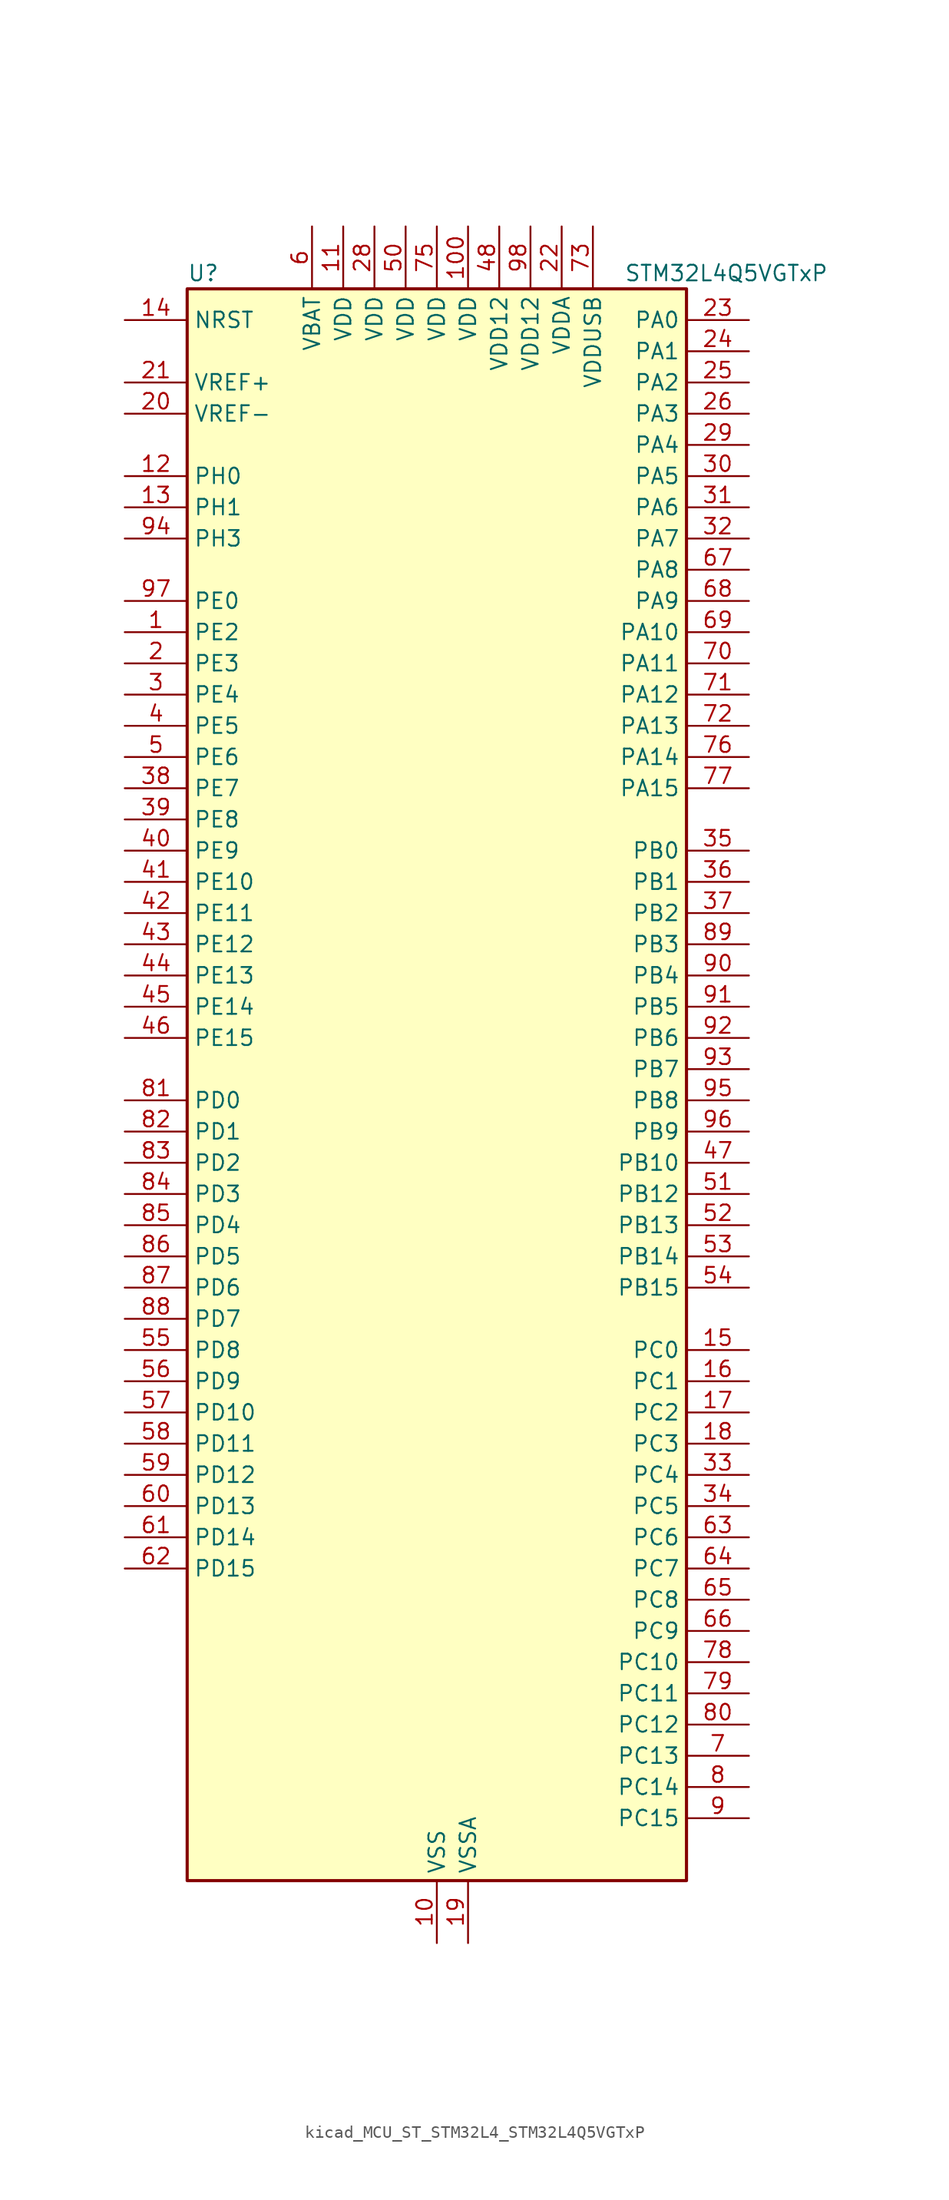
<source format=kicad_sym>
(kicad_symbol_lib
  (version 20220914)
  (generator kicad_symbol_editor)
  (symbol "kicad_MCU_ST_STM32L4_STM32L4Q5VGTxP"
    (property "Reference" "U"
      (at -20.32 67.31 0)
      (effects (font (size 1.27 1.27)) (justify left)))
    (property "Value" "STM32L4Q5VGTxP"
      (at 15.24 67.31 0)
      (effects (font (size 1.27 1.27)) (justify left)))
    (property "ki_locked" ""
      (at 0 0 0)
      (effects (font (size 1.27 1.27))))
    (symbol "kicad_MCU_ST_STM32L4_STM32L4Q5VGTxP_0_1"
      (rectangle (start -20.32 -63.5) (end 20.32 66.04) (stroke (width 0.254) (type default)) (fill (type background))))
    (symbol "kicad_MCU_ST_STM32L4_STM32L4Q5VGTxP_1_1"
      (pin bidirectional line (at -25.4 38.1 0) (length 5.08) (name "PE2" (effects (font (size 1.27 1.27)))) (number "1" (effects (font (size 1.27 1.27)))) (alternate "FMC_A23" bidirectional line) (alternate "LTDC_R7" bidirectional line) (alternate "SAI1_CK1" bidirectional line) (alternate "SAI1_MCLK_A" bidirectional line) (alternate "SYS_TRACECLK" bidirectional line) (alternate "TIM3_ETR" bidirectional line) (alternate "TSC_G7_IO1" bidirectional line))
      (pin power_in line (at 0 -68.58 90) (length 5.08) (name "VSS" (effects (font (size 1.27 1.27)))) (number "10" (effects (font (size 1.27 1.27)))))
      (pin power_in line (at 2.54 71.12 270) (length 5.08) (name "VDD" (effects (font (size 1.27 1.27)))) (number "100" (effects (font (size 1.27 1.27)))))
      (pin power_in line (at -7.62 71.12 270) (length 5.08) (name "VDD" (effects (font (size 1.27 1.27)))) (number "11" (effects (font (size 1.27 1.27)))))
      (pin bidirectional line (at -25.4 50.8 0) (length 5.08) (name "PH0" (effects (font (size 1.27 1.27)))) (number "12" (effects (font (size 1.27 1.27)))) (alternate "RCC_OSC_IN" bidirectional line))
      (pin bidirectional line (at -25.4 48.26 0) (length 5.08) (name "PH1" (effects (font (size 1.27 1.27)))) (number "13" (effects (font (size 1.27 1.27)))) (alternate "RCC_OSC_OUT" bidirectional line))
      (pin input line (at -25.4 63.5 0) (length 5.08) (name "NRST" (effects (font (size 1.27 1.27)))) (number "14" (effects (font (size 1.27 1.27)))))
      (pin bidirectional line (at 25.4 -20.32 180) (length 5.08) (name "PC0" (effects (font (size 1.27 1.27)))) (number "15" (effects (font (size 1.27 1.27)))) (alternate "ADC1_IN1" bidirectional line) (alternate "ADC2_IN1" bidirectional line) (alternate "I2C3_SCL" bidirectional line) (alternate "LPTIM1_IN1" bidirectional line) (alternate "LPTIM2_IN1" bidirectional line) (alternate "LPUART1_RX" bidirectional line) (alternate "LTDC_DE" bidirectional line) (alternate "SAI2_FS_A" bidirectional line) (alternate "SDMMC1_CMD" bidirectional line) (alternate "SDMMC2_CKIN" bidirectional line))
      (pin bidirectional line (at 25.4 -22.86 180) (length 5.08) (name "PC1" (effects (font (size 1.27 1.27)))) (number "16" (effects (font (size 1.27 1.27)))) (alternate "ADC1_IN2" bidirectional line) (alternate "ADC2_IN2" bidirectional line) (alternate "I2C3_SDA" bidirectional line) (alternate "LPTIM1_OUT" bidirectional line) (alternate "LPUART1_TX" bidirectional line) (alternate "OCTOSPIM_P1_IO4" bidirectional line) (alternate "SAI1_SD_A" bidirectional line) (alternate "SPI2_MOSI" bidirectional line) (alternate "SYS_TRACED0" bidirectional line))
      (pin bidirectional line (at 25.4 -25.4 180) (length 5.08) (name "PC2" (effects (font (size 1.27 1.27)))) (number "17" (effects (font (size 1.27 1.27)))) (alternate "ADC1_IN3" bidirectional line) (alternate "ADC2_IN3" bidirectional line) (alternate "DFSDM1_CKOUT" bidirectional line) (alternate "LPTIM1_IN2" bidirectional line) (alternate "LTDC_HSYNC" bidirectional line) (alternate "OCTOSPIM_P1_IO5" bidirectional line) (alternate "SPI2_MISO" bidirectional line))
      (pin bidirectional line (at 25.4 -27.94 180) (length 5.08) (name "PC3" (effects (font (size 1.27 1.27)))) (number "18" (effects (font (size 1.27 1.27)))) (alternate "ADC1_IN4" bidirectional line) (alternate "ADC2_IN4" bidirectional line) (alternate "LPTIM1_ETR" bidirectional line) (alternate "LPTIM2_ETR" bidirectional line) (alternate "OCTOSPIM_P1_IO6" bidirectional line) (alternate "SAI1_D1" bidirectional line) (alternate "SAI1_SD_A" bidirectional line) (alternate "SPI2_MOSI" bidirectional line))
      (pin power_in line (at 2.54 -68.58 90) (length 5.08) (name "VSSA" (effects (font (size 1.27 1.27)))) (number "19" (effects (font (size 1.27 1.27)))))
      (pin bidirectional line (at -25.4 35.56 0) (length 5.08) (name "PE3" (effects (font (size 1.27 1.27)))) (number "2" (effects (font (size 1.27 1.27)))) (alternate "FMC_A19" bidirectional line) (alternate "LTDC_R6" bidirectional line) (alternate "OCTOSPIM_P1_DQS" bidirectional line) (alternate "SAI1_SD_B" bidirectional line) (alternate "SYS_TRACED0" bidirectional line) (alternate "TIM3_CH1" bidirectional line) (alternate "TSC_G7_IO2" bidirectional line))
      (pin input line (at -25.4 55.88 0) (length 5.08) (name "VREF-" (effects (font (size 1.27 1.27)))) (number "20" (effects (font (size 1.27 1.27)))))
      (pin input line (at -25.4 58.42 0) (length 5.08) (name "VREF+" (effects (font (size 1.27 1.27)))) (number "21" (effects (font (size 1.27 1.27)))) (alternate "VREFBUF_OUT" bidirectional line))
      (pin power_in line (at 10.16 71.12 270) (length 5.08) (name "VDDA" (effects (font (size 1.27 1.27)))) (number "22" (effects (font (size 1.27 1.27)))))
      (pin bidirectional line (at 25.4 63.5 180) (length 5.08) (name "PA0" (effects (font (size 1.27 1.27)))) (number "23" (effects (font (size 1.27 1.27)))) (alternate "ADC1_IN5" bidirectional line) (alternate "ADC2_IN5" bidirectional line) (alternate "OPAMP1_VINP" bidirectional line) (alternate "RTC_TAMP2" bidirectional line) (alternate "SAI1_EXTCLK" bidirectional line) (alternate "SYS_WKUP1" bidirectional line) (alternate "TIM2_CH1" bidirectional line) (alternate "TIM2_ETR" bidirectional line) (alternate "TIM5_CH1" bidirectional line) (alternate "TIM8_ETR" bidirectional line) (alternate "UART4_TX" bidirectional line) (alternate "USART2_CTS" bidirectional line) (alternate "USART2_NSS" bidirectional line))
      (pin bidirectional line (at 25.4 60.96 180) (length 5.08) (name "PA1" (effects (font (size 1.27 1.27)))) (number "24" (effects (font (size 1.27 1.27)))) (alternate "ADC1_IN6" bidirectional line) (alternate "ADC2_IN6" bidirectional line) (alternate "I2C1_SMBA" bidirectional line) (alternate "OCTOSPIM_P1_DQS" bidirectional line) (alternate "OPAMP1_VINM" bidirectional line) (alternate "SDMMC2_CMD" bidirectional line) (alternate "SPI1_SCK" bidirectional line) (alternate "TIM15_CH1N" bidirectional line) (alternate "TIM2_CH2" bidirectional line) (alternate "TIM5_CH2" bidirectional line) (alternate "UART4_RX" bidirectional line) (alternate "USART2_DE" bidirectional line) (alternate "USART2_RTS" bidirectional line))
      (pin bidirectional line (at 25.4 58.42 180) (length 5.08) (name "PA2" (effects (font (size 1.27 1.27)))) (number "25" (effects (font (size 1.27 1.27)))) (alternate "ADC1_IN7" bidirectional line) (alternate "ADC2_IN7" bidirectional line) (alternate "LPUART1_TX" bidirectional line) (alternate "OCTOSPIM_P1_NCS" bidirectional line) (alternate "RCC_LSCO" bidirectional line) (alternate "SAI2_EXTCLK" bidirectional line) (alternate "SYS_WKUP4" bidirectional line) (alternate "TIM15_CH1" bidirectional line) (alternate "TIM2_CH3" bidirectional line) (alternate "TIM5_CH3" bidirectional line) (alternate "USART2_TX" bidirectional line))
      (pin bidirectional line (at 25.4 55.88 180) (length 5.08) (name "PA3" (effects (font (size 1.27 1.27)))) (number "26" (effects (font (size 1.27 1.27)))) (alternate "ADC1_IN8" bidirectional line) (alternate "ADC2_IN8" bidirectional line) (alternate "LPUART1_RX" bidirectional line) (alternate "OCTOSPIM_P1_CLK" bidirectional line) (alternate "OPAMP1_VOUT" bidirectional line) (alternate "SAI1_CK1" bidirectional line) (alternate "SAI1_MCLK_A" bidirectional line) (alternate "TIM15_CH2" bidirectional line) (alternate "TIM2_CH4" bidirectional line) (alternate "TIM5_CH4" bidirectional line) (alternate "USART2_RX" bidirectional line))
      (pin passive line (at 0 -68.58 90) (length 5.08) hide (name "VSS" (effects (font (size 1.27 1.27)))) (number "27" (effects (font (size 1.27 1.27)))))
      (pin power_in line (at -5.08 71.12 270) (length 5.08) (name "VDD" (effects (font (size 1.27 1.27)))) (number "28" (effects (font (size 1.27 1.27)))))
      (pin bidirectional line (at 25.4 53.34 180) (length 5.08) (name "PA4" (effects (font (size 1.27 1.27)))) (number "29" (effects (font (size 1.27 1.27)))) (alternate "ADC1_IN9" bidirectional line) (alternate "ADC2_IN9" bidirectional line) (alternate "DAC1_OUT1" bidirectional line) (alternate "DCMI_HSYNC" bidirectional line) (alternate "LPTIM2_OUT" bidirectional line) (alternate "LTDC_CLK" bidirectional line) (alternate "OCTOSPIM_P1_NCS" bidirectional line) (alternate "PSSI_DE" bidirectional line) (alternate "SAI1_FS_B" bidirectional line) (alternate "SPI1_NSS" bidirectional line) (alternate "SPI3_NSS" bidirectional line) (alternate "USART2_CK" bidirectional line))
      (pin bidirectional line (at -25.4 33.02 0) (length 5.08) (name "PE4" (effects (font (size 1.27 1.27)))) (number "3" (effects (font (size 1.27 1.27)))) (alternate "DCMI_D4" bidirectional line) (alternate "DFSDM1_DATIN3" bidirectional line) (alternate "FMC_A20" bidirectional line) (alternate "LTDC_B7" bidirectional line) (alternate "PSSI_D4" bidirectional line) (alternate "SAI1_D2" bidirectional line) (alternate "SAI1_FS_A" bidirectional line) (alternate "SYS_TRACED1" bidirectional line) (alternate "TIM3_CH2" bidirectional line) (alternate "TSC_G7_IO3" bidirectional line))
      (pin bidirectional line (at 25.4 50.8 180) (length 5.08) (name "PA5" (effects (font (size 1.27 1.27)))) (number "30" (effects (font (size 1.27 1.27)))) (alternate "ADC1_IN10" bidirectional line) (alternate "ADC2_IN10" bidirectional line) (alternate "DAC1_OUT2" bidirectional line) (alternate "LPTIM2_ETR" bidirectional line) (alternate "LTDC_R7" bidirectional line) (alternate "PSSI_D14" bidirectional line) (alternate "SPI1_SCK" bidirectional line) (alternate "TIM2_CH1" bidirectional line) (alternate "TIM2_ETR" bidirectional line) (alternate "TIM8_CH1N" bidirectional line))
      (pin bidirectional line (at 25.4 48.26 180) (length 5.08) (name "PA6" (effects (font (size 1.27 1.27)))) (number "31" (effects (font (size 1.27 1.27)))) (alternate "ADC1_IN11" bidirectional line) (alternate "ADC2_IN11" bidirectional line) (alternate "DCMI_PIXCLK" bidirectional line) (alternate "LPUART1_CTS" bidirectional line) (alternate "OCTOSPIM_P1_IO3" bidirectional line) (alternate "OPAMP2_VINP" bidirectional line) (alternate "PSSI_PDCK" bidirectional line) (alternate "SPI1_MISO" bidirectional line) (alternate "TIM16_CH1" bidirectional line) (alternate "TIM1_BKIN" bidirectional line) (alternate "TIM3_CH1" bidirectional line) (alternate "TIM8_BKIN" bidirectional line) (alternate "USART3_CTS" bidirectional line) (alternate "USART3_NSS" bidirectional line))
      (pin bidirectional line (at 25.4 45.72 180) (length 5.08) (name "PA7" (effects (font (size 1.27 1.27)))) (number "32" (effects (font (size 1.27 1.27)))) (alternate "ADC1_IN12" bidirectional line) (alternate "ADC2_IN12" bidirectional line) (alternate "I2C3_SCL" bidirectional line) (alternate "OCTOSPIM_P1_IO2" bidirectional line) (alternate "OPAMP2_VINM" bidirectional line) (alternate "SPI1_MOSI" bidirectional line) (alternate "TIM17_CH1" bidirectional line) (alternate "TIM1_CH1N" bidirectional line) (alternate "TIM3_CH2" bidirectional line) (alternate "TIM8_CH1N" bidirectional line))
      (pin bidirectional line (at 25.4 -30.48 180) (length 5.08) (name "PC4" (effects (font (size 1.27 1.27)))) (number "33" (effects (font (size 1.27 1.27)))) (alternate "ADC1_IN13" bidirectional line) (alternate "ADC2_IN13" bidirectional line) (alternate "COMP1_INM" bidirectional line) (alternate "OCTOSPIM_P1_IO7" bidirectional line) (alternate "OCTOSPIM_P2_NCS" bidirectional line) (alternate "USART3_TX" bidirectional line))
      (pin bidirectional line (at 25.4 -33.02 180) (length 5.08) (name "PC5" (effects (font (size 1.27 1.27)))) (number "34" (effects (font (size 1.27 1.27)))) (alternate "ADC1_IN14" bidirectional line) (alternate "ADC2_IN14" bidirectional line) (alternate "COMP1_INP" bidirectional line) (alternate "LTDC_CLK" bidirectional line) (alternate "PSSI_D15" bidirectional line) (alternate "SAI1_D3" bidirectional line) (alternate "SYS_WKUP5" bidirectional line) (alternate "USART3_RX" bidirectional line))
      (pin bidirectional line (at 25.4 20.32 180) (length 5.08) (name "PB0" (effects (font (size 1.27 1.27)))) (number "35" (effects (font (size 1.27 1.27)))) (alternate "ADC1_IN15" bidirectional line) (alternate "ADC2_IN15" bidirectional line) (alternate "COMP1_OUT" bidirectional line) (alternate "LTDC_B6" bidirectional line) (alternate "OCTOSPIM_P1_IO1" bidirectional line) (alternate "OPAMP2_VOUT" bidirectional line) (alternate "SAI1_EXTCLK" bidirectional line) (alternate "SPI1_NSS" bidirectional line) (alternate "TIM1_CH2N" bidirectional line) (alternate "TIM3_CH3" bidirectional line) (alternate "TIM8_CH2N" bidirectional line) (alternate "USART3_CK" bidirectional line))
      (pin bidirectional line (at 25.4 17.78 180) (length 5.08) (name "PB1" (effects (font (size 1.27 1.27)))) (number "36" (effects (font (size 1.27 1.27)))) (alternate "ADC1_IN16" bidirectional line) (alternate "ADC2_IN16" bidirectional line) (alternate "COMP1_INM" bidirectional line) (alternate "DFSDM1_DATIN0" bidirectional line) (alternate "LPTIM2_IN1" bidirectional line) (alternate "LPUART1_DE" bidirectional line) (alternate "LPUART1_RTS" bidirectional line) (alternate "LTDC_G6" bidirectional line) (alternate "OCTOSPIM_P1_IO0" bidirectional line) (alternate "TIM1_CH3N" bidirectional line) (alternate "TIM3_CH4" bidirectional line) (alternate "TIM8_CH3N" bidirectional line) (alternate "USART3_DE" bidirectional line) (alternate "USART3_RTS" bidirectional line))
      (pin bidirectional line (at 25.4 15.24 180) (length 5.08) (name "PB2" (effects (font (size 1.27 1.27)))) (number "37" (effects (font (size 1.27 1.27)))) (alternate "COMP1_INP" bidirectional line) (alternate "DFSDM1_CKIN0" bidirectional line) (alternate "I2C3_SMBA" bidirectional line) (alternate "LPTIM1_OUT" bidirectional line) (alternate "OCTOSPIM_P1_DQS" bidirectional line) (alternate "RTC_OUT2" bidirectional line))
      (pin bidirectional line (at -25.4 25.4 0) (length 5.08) (name "PE7" (effects (font (size 1.27 1.27)))) (number "38" (effects (font (size 1.27 1.27)))) (alternate "DFSDM1_DATIN2" bidirectional line) (alternate "FMC_D4" bidirectional line) (alternate "FMC_DA4" bidirectional line) (alternate "LTDC_B6" bidirectional line) (alternate "SAI1_SD_B" bidirectional line) (alternate "TIM1_ETR" bidirectional line))
      (pin bidirectional line (at -25.4 22.86 0) (length 5.08) (name "PE8" (effects (font (size 1.27 1.27)))) (number "39" (effects (font (size 1.27 1.27)))) (alternate "DFSDM1_CKIN2" bidirectional line) (alternate "FMC_D5" bidirectional line) (alternate "FMC_DA5" bidirectional line) (alternate "LTDC_B7" bidirectional line) (alternate "SAI1_SCK_B" bidirectional line) (alternate "TIM1_CH1N" bidirectional line))
      (pin bidirectional line (at -25.4 30.48 0) (length 5.08) (name "PE5" (effects (font (size 1.27 1.27)))) (number "4" (effects (font (size 1.27 1.27)))) (alternate "DCMI_D6" bidirectional line) (alternate "DFSDM1_CKIN3" bidirectional line) (alternate "FMC_A21" bidirectional line) (alternate "LTDC_G7" bidirectional line) (alternate "PSSI_D6" bidirectional line) (alternate "SAI1_CK2" bidirectional line) (alternate "SAI1_SCK_A" bidirectional line) (alternate "SYS_TRACED2" bidirectional line) (alternate "TIM3_CH3" bidirectional line) (alternate "TSC_G7_IO4" bidirectional line))
      (pin bidirectional line (at -25.4 20.32 0) (length 5.08) (name "PE9" (effects (font (size 1.27 1.27)))) (number "40" (effects (font (size 1.27 1.27)))) (alternate "DAC1_EXTI9" bidirectional line) (alternate "DFSDM1_CKOUT" bidirectional line) (alternate "FMC_D6" bidirectional line) (alternate "FMC_DA6" bidirectional line) (alternate "LTDC_G2" bidirectional line) (alternate "OCTOSPIM_P1_NCLK" bidirectional line) (alternate "SAI1_FS_B" bidirectional line) (alternate "TIM1_CH1" bidirectional line))
      (pin bidirectional line (at -25.4 17.78 0) (length 5.08) (name "PE10" (effects (font (size 1.27 1.27)))) (number "41" (effects (font (size 1.27 1.27)))) (alternate "FMC_D7" bidirectional line) (alternate "FMC_DA7" bidirectional line) (alternate "LTDC_G3" bidirectional line) (alternate "OCTOSPIM_P1_CLK" bidirectional line) (alternate "SAI1_MCLK_B" bidirectional line) (alternate "TIM1_CH2N" bidirectional line) (alternate "TSC_G5_IO1" bidirectional line))
      (pin bidirectional line (at -25.4 15.24 0) (length 5.08) (name "PE11" (effects (font (size 1.27 1.27)))) (number "42" (effects (font (size 1.27 1.27)))) (alternate "ADC1_EXTI11" bidirectional line) (alternate "ADC2_EXTI11" bidirectional line) (alternate "FMC_D8" bidirectional line) (alternate "FMC_DA8" bidirectional line) (alternate "LTDC_G4" bidirectional line) (alternate "OCTOSPIM_P1_NCS" bidirectional line) (alternate "TIM1_CH2" bidirectional line) (alternate "TSC_G5_IO2" bidirectional line))
      (pin bidirectional line (at -25.4 12.7 0) (length 5.08) (name "PE12" (effects (font (size 1.27 1.27)))) (number "43" (effects (font (size 1.27 1.27)))) (alternate "FMC_D9" bidirectional line) (alternate "FMC_DA9" bidirectional line) (alternate "LTDC_G5" bidirectional line) (alternate "OCTOSPIM_P1_IO0" bidirectional line) (alternate "SPI1_NSS" bidirectional line) (alternate "TIM1_CH3N" bidirectional line) (alternate "TSC_G5_IO3" bidirectional line))
      (pin bidirectional line (at -25.4 10.16 0) (length 5.08) (name "PE13" (effects (font (size 1.27 1.27)))) (number "44" (effects (font (size 1.27 1.27)))) (alternate "FMC_D10" bidirectional line) (alternate "FMC_DA10" bidirectional line) (alternate "LTDC_G6" bidirectional line) (alternate "OCTOSPIM_P1_IO1" bidirectional line) (alternate "SPI1_SCK" bidirectional line) (alternate "TIM1_CH3" bidirectional line) (alternate "TSC_G5_IO4" bidirectional line))
      (pin bidirectional line (at -25.4 7.62 0) (length 5.08) (name "PE14" (effects (font (size 1.27 1.27)))) (number "45" (effects (font (size 1.27 1.27)))) (alternate "FMC_D11" bidirectional line) (alternate "FMC_DA11" bidirectional line) (alternate "LTDC_G7" bidirectional line) (alternate "OCTOSPIM_P1_IO2" bidirectional line) (alternate "SPI1_MISO" bidirectional line) (alternate "TIM1_BKIN2" bidirectional line) (alternate "TIM1_CH4" bidirectional line))
      (pin bidirectional line (at -25.4 5.08 0) (length 5.08) (name "PE15" (effects (font (size 1.27 1.27)))) (number "46" (effects (font (size 1.27 1.27)))) (alternate "ADC1_EXTI15" bidirectional line) (alternate "ADC2_EXTI15" bidirectional line) (alternate "FMC_D12" bidirectional line) (alternate "FMC_DA12" bidirectional line) (alternate "LTDC_R2" bidirectional line) (alternate "OCTOSPIM_P1_IO3" bidirectional line) (alternate "SPI1_MOSI" bidirectional line) (alternate "TIM1_BKIN" bidirectional line))
      (pin bidirectional line (at 25.4 -5.08 180) (length 5.08) (name "PB10" (effects (font (size 1.27 1.27)))) (number "47" (effects (font (size 1.27 1.27)))) (alternate "COMP1_OUT" bidirectional line) (alternate "I2C2_SCL" bidirectional line) (alternate "I2C4_SCL" bidirectional line) (alternate "LPUART1_RX" bidirectional line) (alternate "OCTOSPIM_P1_CLK" bidirectional line) (alternate "OCTOSPIM_P1_IO3" bidirectional line) (alternate "SAI1_SCK_A" bidirectional line) (alternate "SPI2_SCK" bidirectional line) (alternate "TIM2_CH3" bidirectional line) (alternate "TSC_SYNC" bidirectional line) (alternate "USART3_TX" bidirectional line))
      (pin power_in line (at 5.08 71.12 270) (length 5.08) (name "VDD12" (effects (font (size 1.27 1.27)))) (number "48" (effects (font (size 1.27 1.27)))))
      (pin passive line (at 0 -68.58 90) (length 5.08) hide (name "VSS" (effects (font (size 1.27 1.27)))) (number "49" (effects (font (size 1.27 1.27)))))
      (pin bidirectional line (at -25.4 27.94 0) (length 5.08) (name "PE6" (effects (font (size 1.27 1.27)))) (number "5" (effects (font (size 1.27 1.27)))) (alternate "DCMI_D7" bidirectional line) (alternate "FMC_A22" bidirectional line) (alternate "LTDC_G6" bidirectional line) (alternate "PSSI_D7" bidirectional line) (alternate "RTC_TAMP3" bidirectional line) (alternate "SAI1_D1" bidirectional line) (alternate "SAI1_SD_A" bidirectional line) (alternate "SYS_TRACED3" bidirectional line) (alternate "SYS_WKUP3" bidirectional line) (alternate "TIM3_CH4" bidirectional line))
      (pin power_in line (at -2.54 71.12 270) (length 5.08) (name "VDD" (effects (font (size 1.27 1.27)))) (number "50" (effects (font (size 1.27 1.27)))))
      (pin bidirectional line (at 25.4 -7.62 180) (length 5.08) (name "PB12" (effects (font (size 1.27 1.27)))) (number "51" (effects (font (size 1.27 1.27)))) (alternate "DFSDM1_DATIN1" bidirectional line) (alternate "I2C2_SMBA" bidirectional line) (alternate "LPUART1_DE" bidirectional line) (alternate "LPUART1_RTS" bidirectional line) (alternate "OCTOSPIM_P1_NCLK" bidirectional line) (alternate "SAI2_FS_A" bidirectional line) (alternate "SDMMC2_CK" bidirectional line) (alternate "SPI2_NSS" bidirectional line) (alternate "TIM15_BKIN" bidirectional line) (alternate "TIM1_BKIN" bidirectional line) (alternate "TSC_G1_IO1" bidirectional line) (alternate "USART3_CK" bidirectional line))
      (pin bidirectional line (at 25.4 -10.16 180) (length 5.08) (name "PB13" (effects (font (size 1.27 1.27)))) (number "52" (effects (font (size 1.27 1.27)))) (alternate "DFSDM1_CKIN1" bidirectional line) (alternate "I2C2_SCL" bidirectional line) (alternate "LPUART1_CTS" bidirectional line) (alternate "OCTOSPIM_P1_IO1" bidirectional line) (alternate "SAI2_SCK_A" bidirectional line) (alternate "SPI2_SCK" bidirectional line) (alternate "TIM15_CH1N" bidirectional line) (alternate "TIM1_CH1N" bidirectional line) (alternate "TSC_G1_IO2" bidirectional line) (alternate "USART3_CTS" bidirectional line) (alternate "USART3_NSS" bidirectional line))
      (pin bidirectional line (at 25.4 -12.7 180) (length 5.08) (name "PB14" (effects (font (size 1.27 1.27)))) (number "53" (effects (font (size 1.27 1.27)))) (alternate "DFSDM1_DATIN2" bidirectional line) (alternate "I2C2_SDA" bidirectional line) (alternate "OCTOSPIM_P1_IO6" bidirectional line) (alternate "SAI2_MCLK_A" bidirectional line) (alternate "SDMMC2_D0" bidirectional line) (alternate "SPI2_MISO" bidirectional line) (alternate "TIM15_CH1" bidirectional line) (alternate "TIM1_CH2N" bidirectional line) (alternate "TIM8_CH2N" bidirectional line) (alternate "TSC_G1_IO3" bidirectional line) (alternate "USART3_DE" bidirectional line) (alternate "USART3_RTS" bidirectional line))
      (pin bidirectional line (at 25.4 -15.24 180) (length 5.08) (name "PB15" (effects (font (size 1.27 1.27)))) (number "54" (effects (font (size 1.27 1.27)))) (alternate "ADC1_EXTI15" bidirectional line) (alternate "ADC2_EXTI15" bidirectional line) (alternate "DFSDM1_CKIN2" bidirectional line) (alternate "OCTOSPIM_P1_IO7" bidirectional line) (alternate "RTC_REFIN" bidirectional line) (alternate "SAI2_SD_A" bidirectional line) (alternate "SDMMC2_D1" bidirectional line) (alternate "SPI2_MOSI" bidirectional line) (alternate "TIM15_CH2" bidirectional line) (alternate "TIM1_CH3N" bidirectional line) (alternate "TIM8_CH3N" bidirectional line) (alternate "TSC_G1_IO4" bidirectional line))
      (pin bidirectional line (at -25.4 -20.32 0) (length 5.08) (name "PD8" (effects (font (size 1.27 1.27)))) (number "55" (effects (font (size 1.27 1.27)))) (alternate "DCMI_HSYNC" bidirectional line) (alternate "FMC_D13" bidirectional line) (alternate "FMC_DA13" bidirectional line) (alternate "LTDC_R3" bidirectional line) (alternate "PSSI_DE" bidirectional line) (alternate "USART3_TX" bidirectional line))
      (pin bidirectional line (at -25.4 -22.86 0) (length 5.08) (name "PD9" (effects (font (size 1.27 1.27)))) (number "56" (effects (font (size 1.27 1.27)))) (alternate "DAC1_EXTI9" bidirectional line) (alternate "DCMI_PIXCLK" bidirectional line) (alternate "FMC_D14" bidirectional line) (alternate "FMC_DA14" bidirectional line) (alternate "LTDC_R4" bidirectional line) (alternate "PSSI_PDCK" bidirectional line) (alternate "SAI2_MCLK_A" bidirectional line) (alternate "USART3_RX" bidirectional line))
      (pin bidirectional line (at -25.4 -25.4 0) (length 5.08) (name "PD10" (effects (font (size 1.27 1.27)))) (number "57" (effects (font (size 1.27 1.27)))) (alternate "FMC_D15" bidirectional line) (alternate "FMC_DA15" bidirectional line) (alternate "LTDC_R5" bidirectional line) (alternate "SAI2_SCK_A" bidirectional line) (alternate "TSC_G6_IO1" bidirectional line) (alternate "USART3_CK" bidirectional line))
      (pin bidirectional line (at -25.4 -27.94 0) (length 5.08) (name "PD11" (effects (font (size 1.27 1.27)))) (number "58" (effects (font (size 1.27 1.27)))) (alternate "ADC1_EXTI11" bidirectional line) (alternate "ADC2_EXTI11" bidirectional line) (alternate "FMC_A16" bidirectional line) (alternate "FMC_CLE" bidirectional line) (alternate "I2C4_SMBA" bidirectional line) (alternate "LPTIM2_ETR" bidirectional line) (alternate "LTDC_R6" bidirectional line) (alternate "SAI2_SD_A" bidirectional line) (alternate "TSC_G6_IO2" bidirectional line) (alternate "USART3_CTS" bidirectional line) (alternate "USART3_NSS" bidirectional line))
      (pin bidirectional line (at -25.4 -30.48 0) (length 5.08) (name "PD12" (effects (font (size 1.27 1.27)))) (number "59" (effects (font (size 1.27 1.27)))) (alternate "FMC_A17" bidirectional line) (alternate "FMC_ALE" bidirectional line) (alternate "I2C4_SCL" bidirectional line) (alternate "LPTIM2_IN1" bidirectional line) (alternate "LTDC_R7" bidirectional line) (alternate "SAI2_FS_A" bidirectional line) (alternate "TIM4_CH1" bidirectional line) (alternate "TSC_G6_IO3" bidirectional line) (alternate "USART3_DE" bidirectional line) (alternate "USART3_RTS" bidirectional line))
      (pin power_in line (at -10.16 71.12 270) (length 5.08) (name "VBAT" (effects (font (size 1.27 1.27)))) (number "6" (effects (font (size 1.27 1.27)))))
      (pin bidirectional line (at -25.4 -33.02 0) (length 5.08) (name "PD13" (effects (font (size 1.27 1.27)))) (number "60" (effects (font (size 1.27 1.27)))) (alternate "FMC_A18" bidirectional line) (alternate "I2C4_SDA" bidirectional line) (alternate "LPTIM2_OUT" bidirectional line) (alternate "TIM4_CH2" bidirectional line) (alternate "TSC_G6_IO4" bidirectional line))
      (pin bidirectional line (at -25.4 -35.56 0) (length 5.08) (name "PD14" (effects (font (size 1.27 1.27)))) (number "61" (effects (font (size 1.27 1.27)))) (alternate "FMC_D0" bidirectional line) (alternate "FMC_DA0" bidirectional line) (alternate "LTDC_B2" bidirectional line) (alternate "TIM4_CH3" bidirectional line))
      (pin bidirectional line (at -25.4 -38.1 0) (length 5.08) (name "PD15" (effects (font (size 1.27 1.27)))) (number "62" (effects (font (size 1.27 1.27)))) (alternate "ADC1_EXTI15" bidirectional line) (alternate "ADC2_EXTI15" bidirectional line) (alternate "FMC_D1" bidirectional line) (alternate "FMC_DA1" bidirectional line) (alternate "LTDC_B3" bidirectional line) (alternate "TIM4_CH4" bidirectional line))
      (pin bidirectional line (at 25.4 -35.56 180) (length 5.08) (name "PC6" (effects (font (size 1.27 1.27)))) (number "63" (effects (font (size 1.27 1.27)))) (alternate "DCMI_D0" bidirectional line) (alternate "DFSDM1_CKIN3" bidirectional line) (alternate "LTDC_G7" bidirectional line) (alternate "PSSI_D0" bidirectional line) (alternate "SAI2_MCLK_A" bidirectional line) (alternate "SDMMC1_D0DIR" bidirectional line) (alternate "SDMMC1_D6" bidirectional line) (alternate "SDMMC2_D6" bidirectional line) (alternate "TIM3_CH1" bidirectional line) (alternate "TIM8_CH1" bidirectional line) (alternate "TSC_G4_IO1" bidirectional line))
      (pin bidirectional line (at 25.4 -38.1 180) (length 5.08) (name "PC7" (effects (font (size 1.27 1.27)))) (number "64" (effects (font (size 1.27 1.27)))) (alternate "DCMI_D1" bidirectional line) (alternate "DFSDM1_DATIN3" bidirectional line) (alternate "LTDC_B6" bidirectional line) (alternate "PSSI_D1" bidirectional line) (alternate "SAI2_MCLK_B" bidirectional line) (alternate "SDMMC1_D123DIR" bidirectional line) (alternate "SDMMC1_D7" bidirectional line) (alternate "SDMMC2_D7" bidirectional line) (alternate "TIM3_CH2" bidirectional line) (alternate "TIM8_CH2" bidirectional line) (alternate "TSC_G4_IO2" bidirectional line))
      (pin bidirectional line (at 25.4 -40.64 180) (length 5.08) (name "PC8" (effects (font (size 1.27 1.27)))) (number "65" (effects (font (size 1.27 1.27)))) (alternate "DCMI_D2" bidirectional line) (alternate "PSSI_D2" bidirectional line) (alternate "SDMMC1_D0" bidirectional line) (alternate "TIM3_CH3" bidirectional line) (alternate "TIM8_CH3" bidirectional line) (alternate "TSC_G4_IO3" bidirectional line))
      (pin bidirectional line (at 25.4 -43.18 180) (length 5.08) (name "PC9" (effects (font (size 1.27 1.27)))) (number "66" (effects (font (size 1.27 1.27)))) (alternate "DAC1_EXTI9" bidirectional line) (alternate "DCMI_D3" bidirectional line) (alternate "I2C3_SDA" bidirectional line) (alternate "PSSI_D3" bidirectional line) (alternate "SAI2_EXTCLK" bidirectional line) (alternate "SDMMC1_D1" bidirectional line) (alternate "SYS_TRACED0" bidirectional line) (alternate "TIM3_CH4" bidirectional line) (alternate "TIM8_BKIN2" bidirectional line) (alternate "TIM8_CH4" bidirectional line) (alternate "TSC_G4_IO4" bidirectional line) (alternate "USB_OTG_FS_NOE" bidirectional line))
      (pin bidirectional line (at 25.4 43.18 180) (length 5.08) (name "PA8" (effects (font (size 1.27 1.27)))) (number "67" (effects (font (size 1.27 1.27)))) (alternate "LPTIM2_OUT" bidirectional line) (alternate "LTDC_B7" bidirectional line) (alternate "RCC_MCO" bidirectional line) (alternate "SAI1_CK2" bidirectional line) (alternate "SAI1_SCK_A" bidirectional line) (alternate "TIM1_CH1" bidirectional line) (alternate "USART1_CK" bidirectional line) (alternate "USB_OTG_FS_SOF" bidirectional line))
      (pin bidirectional line (at 25.4 40.64 180) (length 5.08) (name "PA9" (effects (font (size 1.27 1.27)))) (number "68" (effects (font (size 1.27 1.27)))) (alternate "DAC1_EXTI9" bidirectional line) (alternate "DCMI_D0" bidirectional line) (alternate "LTDC_G7" bidirectional line) (alternate "PSSI_D0" bidirectional line) (alternate "SAI1_FS_A" bidirectional line) (alternate "SPI2_SCK" bidirectional line) (alternate "TIM15_BKIN" bidirectional line) (alternate "TIM1_CH2" bidirectional line) (alternate "USART1_TX" bidirectional line) (alternate "USB_OTG_FS_VBUS" bidirectional line))
      (pin bidirectional line (at 25.4 38.1 180) (length 5.08) (name "PA10" (effects (font (size 1.27 1.27)))) (number "69" (effects (font (size 1.27 1.27)))) (alternate "DCMI_D1" bidirectional line) (alternate "LTDC_G6" bidirectional line) (alternate "PSSI_D1" bidirectional line) (alternate "SAI1_D1" bidirectional line) (alternate "SAI1_SD_A" bidirectional line) (alternate "TIM17_BKIN" bidirectional line) (alternate "TIM1_CH3" bidirectional line) (alternate "USART1_RX" bidirectional line) (alternate "USB_OTG_FS_ID" bidirectional line))
      (pin bidirectional line (at 25.4 -53.34 180) (length 5.08) (name "PC13" (effects (font (size 1.27 1.27)))) (number "7" (effects (font (size 1.27 1.27)))) (alternate "RTC_OUT1" bidirectional line) (alternate "RTC_TAMP1" bidirectional line) (alternate "RTC_TS" bidirectional line) (alternate "SYS_WKUP2" bidirectional line))
      (pin bidirectional line (at 25.4 35.56 180) (length 5.08) (name "PA11" (effects (font (size 1.27 1.27)))) (number "70" (effects (font (size 1.27 1.27)))) (alternate "ADC1_EXTI11" bidirectional line) (alternate "ADC2_EXTI11" bidirectional line) (alternate "CAN1_RX" bidirectional line) (alternate "LTDC_DE" bidirectional line) (alternate "SPI1_MISO" bidirectional line) (alternate "TIM1_BKIN2" bidirectional line) (alternate "TIM1_CH4" bidirectional line) (alternate "USART1_CTS" bidirectional line) (alternate "USART1_NSS" bidirectional line) (alternate "USB_OTG_FS_DM" bidirectional line))
      (pin bidirectional line (at 25.4 33.02 180) (length 5.08) (name "PA12" (effects (font (size 1.27 1.27)))) (number "71" (effects (font (size 1.27 1.27)))) (alternate "CAN1_TX" bidirectional line) (alternate "LTDC_VSYNC" bidirectional line) (alternate "OCTOSPIM_P2_NCS" bidirectional line) (alternate "SPI1_MOSI" bidirectional line) (alternate "TIM1_ETR" bidirectional line) (alternate "USART1_DE" bidirectional line) (alternate "USART1_RTS" bidirectional line) (alternate "USB_OTG_FS_DP" bidirectional line))
      (pin bidirectional line (at 25.4 30.48 180) (length 5.08) (name "PA13" (effects (font (size 1.27 1.27)))) (number "72" (effects (font (size 1.27 1.27)))) (alternate "IR_OUT" bidirectional line) (alternate "SAI1_SD_B" bidirectional line) (alternate "SYS_JTMS-SWDIO" bidirectional line) (alternate "USB_OTG_FS_NOE" bidirectional line))
      (pin power_in line (at 12.7 71.12 270) (length 5.08) (name "VDDUSB" (effects (font (size 1.27 1.27)))) (number "73" (effects (font (size 1.27 1.27)))))
      (pin passive line (at 0 -68.58 90) (length 5.08) hide (name "VSS" (effects (font (size 1.27 1.27)))) (number "74" (effects (font (size 1.27 1.27)))))
      (pin power_in line (at 0 71.12 270) (length 5.08) (name "VDD" (effects (font (size 1.27 1.27)))) (number "75" (effects (font (size 1.27 1.27)))))
      (pin bidirectional line (at 25.4 27.94 180) (length 5.08) (name "PA14" (effects (font (size 1.27 1.27)))) (number "76" (effects (font (size 1.27 1.27)))) (alternate "I2C1_SMBA" bidirectional line) (alternate "I2C4_SMBA" bidirectional line) (alternate "LPTIM1_OUT" bidirectional line) (alternate "SAI1_FS_B" bidirectional line) (alternate "SYS_JTCK-SWCLK" bidirectional line) (alternate "USB_OTG_FS_SOF" bidirectional line))
      (pin bidirectional line (at 25.4 25.4 180) (length 5.08) (name "PA15" (effects (font (size 1.27 1.27)))) (number "77" (effects (font (size 1.27 1.27)))) (alternate "ADC1_EXTI15" bidirectional line) (alternate "ADC2_EXTI15" bidirectional line) (alternate "LTDC_HSYNC" bidirectional line) (alternate "SAI2_FS_B" bidirectional line) (alternate "SPI1_NSS" bidirectional line) (alternate "SPI3_NSS" bidirectional line) (alternate "SYS_JTDI" bidirectional line) (alternate "TIM2_CH1" bidirectional line) (alternate "TIM2_ETR" bidirectional line) (alternate "TSC_G3_IO1" bidirectional line) (alternate "UART4_DE" bidirectional line) (alternate "UART4_RTS" bidirectional line) (alternate "USART2_RX" bidirectional line) (alternate "USART3_DE" bidirectional line) (alternate "USART3_RTS" bidirectional line))
      (pin bidirectional line (at 25.4 -45.72 180) (length 5.08) (name "PC10" (effects (font (size 1.27 1.27)))) (number "78" (effects (font (size 1.27 1.27)))) (alternate "DCMI_D8" bidirectional line) (alternate "DCMI_VSYNC" bidirectional line) (alternate "PSSI_D8" bidirectional line) (alternate "PSSI_RDY" bidirectional line) (alternate "SAI2_SCK_B" bidirectional line) (alternate "SDMMC1_D2" bidirectional line) (alternate "SPI3_SCK" bidirectional line) (alternate "SYS_TRACED1" bidirectional line) (alternate "TSC_G3_IO2" bidirectional line) (alternate "UART4_TX" bidirectional line) (alternate "USART3_TX" bidirectional line))
      (pin bidirectional line (at 25.4 -48.26 180) (length 5.08) (name "PC11" (effects (font (size 1.27 1.27)))) (number "79" (effects (font (size 1.27 1.27)))) (alternate "ADC1_EXTI11" bidirectional line) (alternate "ADC2_EXTI11" bidirectional line) (alternate "DCMI_D2" bidirectional line) (alternate "DCMI_D4" bidirectional line) (alternate "OCTOSPIM_P1_NCS" bidirectional line) (alternate "PSSI_D2" bidirectional line) (alternate "PSSI_D4" bidirectional line) (alternate "SAI2_MCLK_B" bidirectional line) (alternate "SDMMC1_D3" bidirectional line) (alternate "SPI3_MISO" bidirectional line) (alternate "TSC_G3_IO3" bidirectional line) (alternate "UART4_RX" bidirectional line) (alternate "USART3_RX" bidirectional line))
      (pin bidirectional line (at 25.4 -55.88 180) (length 5.08) (name "PC14" (effects (font (size 1.27 1.27)))) (number "8" (effects (font (size 1.27 1.27)))) (alternate "RCC_OSC32_IN" bidirectional line))
      (pin bidirectional line (at 25.4 -50.8 180) (length 5.08) (name "PC12" (effects (font (size 1.27 1.27)))) (number "80" (effects (font (size 1.27 1.27)))) (alternate "DCMI_D9" bidirectional line) (alternate "LTDC_R6" bidirectional line) (alternate "PSSI_D9" bidirectional line) (alternate "SAI2_SD_B" bidirectional line) (alternate "SDMMC1_CK" bidirectional line) (alternate "SPI3_MOSI" bidirectional line) (alternate "SYS_TRACED3" bidirectional line) (alternate "TSC_G3_IO4" bidirectional line) (alternate "UART5_TX" bidirectional line) (alternate "USART3_CK" bidirectional line))
      (pin bidirectional line (at -25.4 0 0) (length 5.08) (name "PD0" (effects (font (size 1.27 1.27)))) (number "81" (effects (font (size 1.27 1.27)))) (alternate "CAN1_RX" bidirectional line) (alternate "FMC_D2" bidirectional line) (alternate "FMC_DA2" bidirectional line) (alternate "LTDC_B4" bidirectional line) (alternate "SPI2_NSS" bidirectional line))
      (pin bidirectional line (at -25.4 -2.54 0) (length 5.08) (name "PD1" (effects (font (size 1.27 1.27)))) (number "82" (effects (font (size 1.27 1.27)))) (alternate "CAN1_TX" bidirectional line) (alternate "FMC_D3" bidirectional line) (alternate "FMC_DA3" bidirectional line) (alternate "LTDC_B5" bidirectional line) (alternate "SPI2_SCK" bidirectional line))
      (pin bidirectional line (at -25.4 -5.08 0) (length 5.08) (name "PD2" (effects (font (size 1.27 1.27)))) (number "83" (effects (font (size 1.27 1.27)))) (alternate "DCMI_D11" bidirectional line) (alternate "PSSI_D11" bidirectional line) (alternate "SDMMC1_CMD" bidirectional line) (alternate "SYS_TRACED2" bidirectional line) (alternate "TIM3_ETR" bidirectional line) (alternate "TSC_SYNC" bidirectional line) (alternate "UART5_RX" bidirectional line) (alternate "USART3_DE" bidirectional line) (alternate "USART3_RTS" bidirectional line))
      (pin bidirectional line (at -25.4 -7.62 0) (length 5.08) (name "PD3" (effects (font (size 1.27 1.27)))) (number "84" (effects (font (size 1.27 1.27)))) (alternate "DCMI_D5" bidirectional line) (alternate "DFSDM1_DATIN0" bidirectional line) (alternate "FMC_CLK" bidirectional line) (alternate "LTDC_CLK" bidirectional line) (alternate "OCTOSPIM_P2_NCS" bidirectional line) (alternate "PSSI_D5" bidirectional line) (alternate "SPI2_MISO" bidirectional line) (alternate "SPI2_SCK" bidirectional line) (alternate "USART2_CTS" bidirectional line) (alternate "USART2_NSS" bidirectional line))
      (pin bidirectional line (at -25.4 -10.16 0) (length 5.08) (name "PD4" (effects (font (size 1.27 1.27)))) (number "85" (effects (font (size 1.27 1.27)))) (alternate "DFSDM1_CKIN0" bidirectional line) (alternate "FMC_NOE" bidirectional line) (alternate "OCTOSPIM_P1_IO4" bidirectional line) (alternate "SDMMC2_CKIN" bidirectional line) (alternate "SPI2_MOSI" bidirectional line) (alternate "USART2_DE" bidirectional line) (alternate "USART2_RTS" bidirectional line))
      (pin bidirectional line (at -25.4 -12.7 0) (length 5.08) (name "PD5" (effects (font (size 1.27 1.27)))) (number "86" (effects (font (size 1.27 1.27)))) (alternate "FMC_NWE" bidirectional line) (alternate "OCTOSPIM_P1_IO5" bidirectional line) (alternate "USART2_TX" bidirectional line))
      (pin bidirectional line (at -25.4 -15.24 0) (length 5.08) (name "PD6" (effects (font (size 1.27 1.27)))) (number "87" (effects (font (size 1.27 1.27)))) (alternate "DCMI_D10" bidirectional line) (alternate "DFSDM1_DATIN1" bidirectional line) (alternate "FMC_NWAIT" bidirectional line) (alternate "LTDC_DE" bidirectional line) (alternate "OCTOSPIM_P1_IO6" bidirectional line) (alternate "PSSI_D10" bidirectional line) (alternate "SAI1_D1" bidirectional line) (alternate "SAI1_SD_A" bidirectional line) (alternate "SDMMC2_CK" bidirectional line) (alternate "SPI3_MOSI" bidirectional line) (alternate "USART2_RX" bidirectional line))
      (pin bidirectional line (at -25.4 -17.78 0) (length 5.08) (name "PD7" (effects (font (size 1.27 1.27)))) (number "88" (effects (font (size 1.27 1.27)))) (alternate "DFSDM1_CKIN1" bidirectional line) (alternate "FMC_NCE" bidirectional line) (alternate "FMC_NE1" bidirectional line) (alternate "OCTOSPIM_P1_IO7" bidirectional line) (alternate "SDMMC2_CMD" bidirectional line) (alternate "USART2_CK" bidirectional line))
      (pin bidirectional line (at 25.4 12.7 180) (length 5.08) (name "PB3" (effects (font (size 1.27 1.27)))) (number "89" (effects (font (size 1.27 1.27)))) (alternate "COMP2_INM" bidirectional line) (alternate "CRS_SYNC" bidirectional line) (alternate "OCTOSPIM_P1_IO4" bidirectional line) (alternate "SAI1_SCK_B" bidirectional line) (alternate "SDMMC2_D2" bidirectional line) (alternate "SPI1_SCK" bidirectional line) (alternate "SPI3_SCK" bidirectional line) (alternate "SYS_JTDO-SWO" bidirectional line) (alternate "TIM2_CH2" bidirectional line) (alternate "USART1_DE" bidirectional line) (alternate "USART1_RTS" bidirectional line))
      (pin bidirectional line (at 25.4 -58.42 180) (length 5.08) (name "PC15" (effects (font (size 1.27 1.27)))) (number "9" (effects (font (size 1.27 1.27)))) (alternate "ADC1_EXTI15" bidirectional line) (alternate "ADC2_EXTI15" bidirectional line) (alternate "RCC_OSC32_OUT" bidirectional line))
      (pin bidirectional line (at 25.4 10.16 180) (length 5.08) (name "PB4" (effects (font (size 1.27 1.27)))) (number "90" (effects (font (size 1.27 1.27)))) (alternate "COMP2_INP" bidirectional line) (alternate "DCMI_D12" bidirectional line) (alternate "I2C3_SDA" bidirectional line) (alternate "OCTOSPIM_P1_IO5" bidirectional line) (alternate "PSSI_D12" bidirectional line) (alternate "SAI1_MCLK_B" bidirectional line) (alternate "SDMMC2_D3" bidirectional line) (alternate "SPI1_MISO" bidirectional line) (alternate "SPI3_MISO" bidirectional line) (alternate "SYS_JTRST" bidirectional line) (alternate "TIM17_BKIN" bidirectional line) (alternate "TIM3_CH1" bidirectional line) (alternate "TSC_G2_IO1" bidirectional line) (alternate "UART5_DE" bidirectional line) (alternate "UART5_RTS" bidirectional line) (alternate "USART1_CTS" bidirectional line) (alternate "USART1_NSS" bidirectional line))
      (pin bidirectional line (at 25.4 7.62 180) (length 5.08) (name "PB5" (effects (font (size 1.27 1.27)))) (number "91" (effects (font (size 1.27 1.27)))) (alternate "COMP2_OUT" bidirectional line) (alternate "DCMI_D10" bidirectional line) (alternate "I2C1_SMBA" bidirectional line) (alternate "LPTIM1_IN1" bidirectional line) (alternate "OCTOSPIM_P1_IO0" bidirectional line) (alternate "PSSI_D10" bidirectional line) (alternate "SAI1_SD_B" bidirectional line) (alternate "SPI1_MOSI" bidirectional line) (alternate "SPI3_MOSI" bidirectional line) (alternate "TIM16_BKIN" bidirectional line) (alternate "TIM3_CH2" bidirectional line) (alternate "TSC_G2_IO2" bidirectional line) (alternate "UART5_CTS" bidirectional line) (alternate "USART1_CK" bidirectional line))
      (pin bidirectional line (at 25.4 5.08 180) (length 5.08) (name "PB6" (effects (font (size 1.27 1.27)))) (number "92" (effects (font (size 1.27 1.27)))) (alternate "COMP2_INP" bidirectional line) (alternate "DCMI_D5" bidirectional line) (alternate "I2C1_SCL" bidirectional line) (alternate "I2C4_SCL" bidirectional line) (alternate "LPTIM1_ETR" bidirectional line) (alternate "LTDC_R6" bidirectional line) (alternate "PSSI_D5" bidirectional line) (alternate "SAI1_FS_B" bidirectional line) (alternate "TIM16_CH1N" bidirectional line) (alternate "TIM4_CH1" bidirectional line) (alternate "TIM8_BKIN2" bidirectional line) (alternate "TSC_G2_IO3" bidirectional line) (alternate "USART1_TX" bidirectional line))
      (pin bidirectional line (at 25.4 2.54 180) (length 5.08) (name "PB7" (effects (font (size 1.27 1.27)))) (number "93" (effects (font (size 1.27 1.27)))) (alternate "COMP2_INM" bidirectional line) (alternate "DCMI_VSYNC" bidirectional line) (alternate "FMC_NL" bidirectional line) (alternate "I2C1_SDA" bidirectional line) (alternate "I2C4_SDA" bidirectional line) (alternate "LPTIM1_IN2" bidirectional line) (alternate "LTDC_VSYNC" bidirectional line) (alternate "PSSI_RDY" bidirectional line) (alternate "SYS_PVD_IN" bidirectional line) (alternate "TIM17_CH1N" bidirectional line) (alternate "TIM4_CH2" bidirectional line) (alternate "TIM8_BKIN" bidirectional line) (alternate "TSC_G2_IO4" bidirectional line) (alternate "UART4_CTS" bidirectional line) (alternate "USART1_RX" bidirectional line))
      (pin bidirectional line (at -25.4 45.72 0) (length 5.08) (name "PH3" (effects (font (size 1.27 1.27)))) (number "94" (effects (font (size 1.27 1.27)))))
      (pin bidirectional line (at 25.4 0 180) (length 5.08) (name "PB8" (effects (font (size 1.27 1.27)))) (number "95" (effects (font (size 1.27 1.27)))) (alternate "CAN1_RX" bidirectional line) (alternate "DCMI_D6" bidirectional line) (alternate "DFSDM1_CKOUT" bidirectional line) (alternate "I2C1_SCL" bidirectional line) (alternate "LTDC_DE" bidirectional line) (alternate "PSSI_D6" bidirectional line) (alternate "SAI1_CK1" bidirectional line) (alternate "SAI1_MCLK_A" bidirectional line) (alternate "SDMMC1_CKIN" bidirectional line) (alternate "SDMMC1_D4" bidirectional line) (alternate "SDMMC2_D4" bidirectional line) (alternate "TIM16_CH1" bidirectional line) (alternate "TIM4_CH3" bidirectional line))
      (pin bidirectional line (at 25.4 -2.54 180) (length 5.08) (name "PB9" (effects (font (size 1.27 1.27)))) (number "96" (effects (font (size 1.27 1.27)))) (alternate "CAN1_TX" bidirectional line) (alternate "DAC1_EXTI9" bidirectional line) (alternate "DCMI_D7" bidirectional line) (alternate "I2C1_SDA" bidirectional line) (alternate "IR_OUT" bidirectional line) (alternate "PSSI_D7" bidirectional line) (alternate "SAI1_D2" bidirectional line) (alternate "SAI1_FS_A" bidirectional line) (alternate "SDMMC1_CDIR" bidirectional line) (alternate "SDMMC1_D5" bidirectional line) (alternate "SDMMC2_D5" bidirectional line) (alternate "SPI2_NSS" bidirectional line) (alternate "TIM17_CH1" bidirectional line) (alternate "TIM4_CH4" bidirectional line))
      (pin bidirectional line (at -25.4 40.64 0) (length 5.08) (name "PE0" (effects (font (size 1.27 1.27)))) (number "97" (effects (font (size 1.27 1.27)))) (alternate "DCMI_D2" bidirectional line) (alternate "FMC_NBL0" bidirectional line) (alternate "LTDC_HSYNC" bidirectional line) (alternate "PSSI_D2" bidirectional line) (alternate "TIM16_CH1" bidirectional line) (alternate "TIM4_ETR" bidirectional line))
      (pin power_in line (at 7.62 71.12 270) (length 5.08) (name "VDD12" (effects (font (size 1.27 1.27)))) (number "98" (effects (font (size 1.27 1.27)))))
      (pin passive line (at 0 -68.58 90) (length 5.08) hide (name "VSS" (effects (font (size 1.27 1.27)))) (number "99" (effects (font (size 1.27 1.27))))))))
</source>
